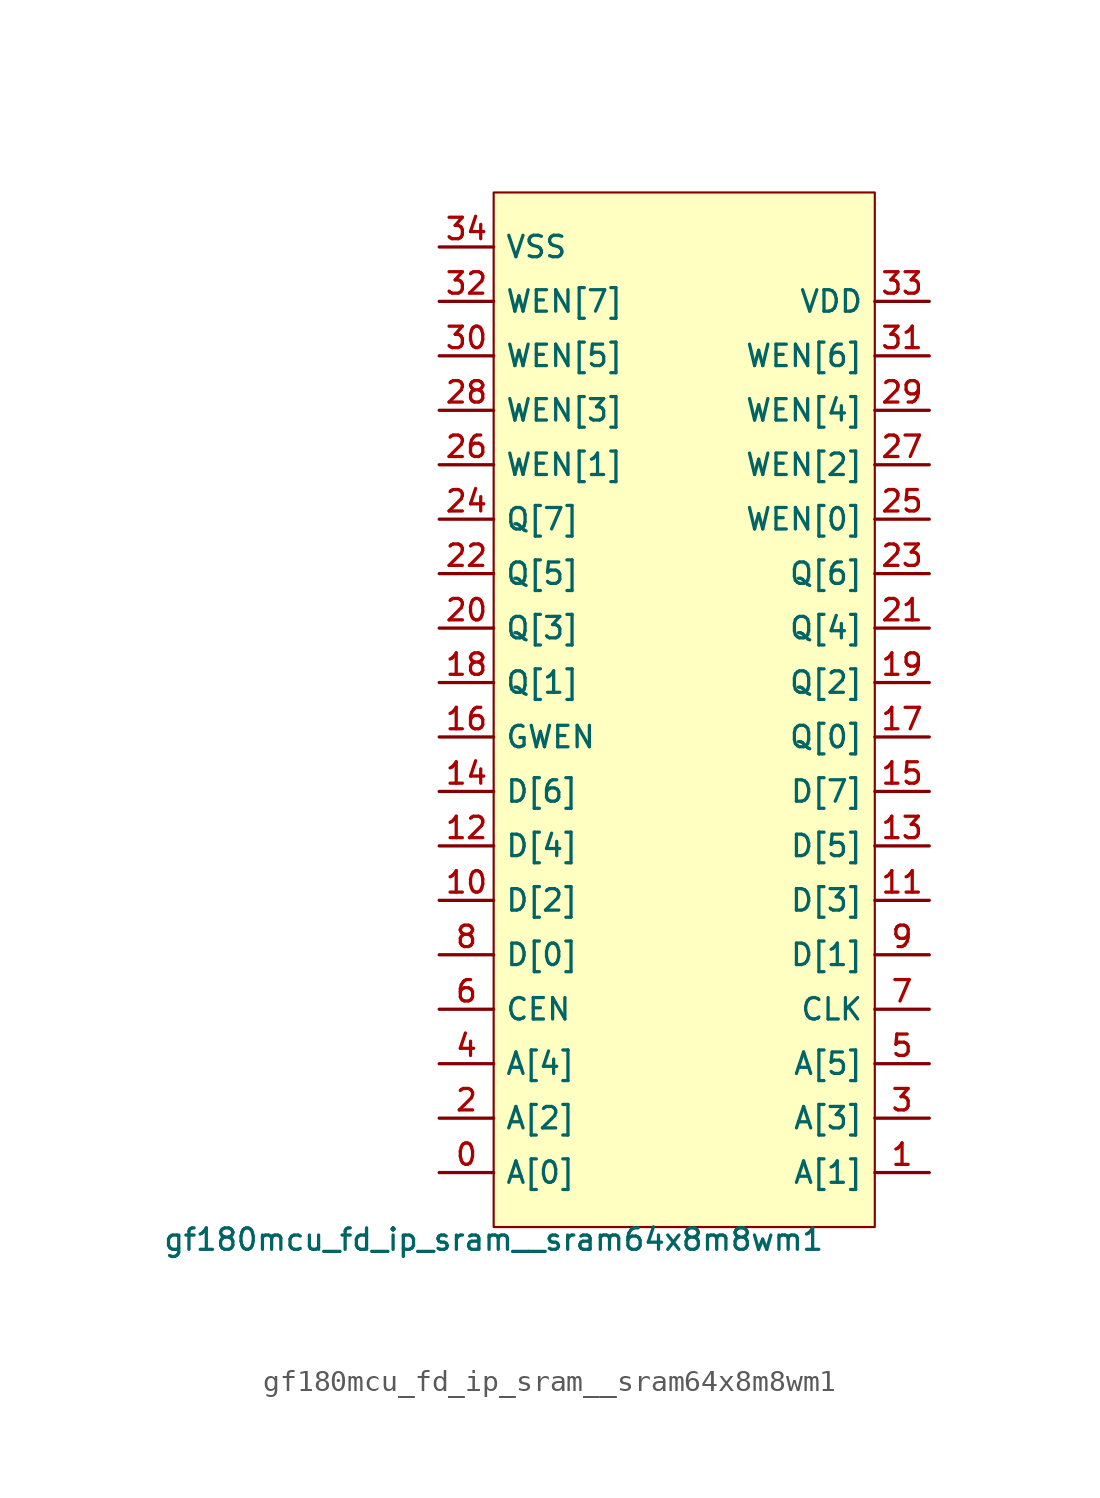
<source format=kicad_sym>
(kicad_symbol_lib
  (version 20211014)
  (generator pdk2kicad)
  (symbol "gf180mcu_fd_ip_sram__sram64x8m8wm1"
    (property "Reference" "X"
      (at 0 0 0)
      (effects (font (size 1 1)) hide))
    (property "Value" "gf180mcu_fd_ip_sram__sram64x8m8wm1"
      (at -8.89 -24.13 0)
      (effects (font (size 1 1)) (justify top)))
    (rectangle
      (start -8.89 -24.13)
      (end 8.89 24.13)
      (stroke (width 0.1) (type solid) (color 0 0 0 0))
      (fill (type background)))
    (pin bidirectional line
      (at -11.43 -21.59 0)
      (length 2.54)
      (name "A[0]" (effects (font (size 1 1)) hide))
      (number "0" (effects (font (size 1 1)) hide)))
    (pin bidirectional line
      (at 11.43 -21.59 180)
      (length 2.54)
      (name "A[1]" (effects (font (size 1 1)) hide))
      (number "1" (effects (font (size 1 1)) hide)))
    (pin bidirectional line
      (at -11.43 -19.05 0)
      (length 2.54)
      (name "A[2]" (effects (font (size 1 1)) hide))
      (number "2" (effects (font (size 1 1)) hide)))
    (pin bidirectional line
      (at 11.43 -19.05 180)
      (length 2.54)
      (name "A[3]" (effects (font (size 1 1)) hide))
      (number "3" (effects (font (size 1 1)) hide)))
    (pin bidirectional line
      (at -11.43 -16.51 0)
      (length 2.54)
      (name "A[4]" (effects (font (size 1 1)) hide))
      (number "4" (effects (font (size 1 1)) hide)))
    (pin bidirectional line
      (at 11.43 -16.51 180)
      (length 2.54)
      (name "A[5]" (effects (font (size 1 1)) hide))
      (number "5" (effects (font (size 1 1)) hide)))
    (pin bidirectional line
      (at -11.43 -13.97 0)
      (length 2.54)
      (name "CEN" (effects (font (size 1 1)) hide))
      (number "6" (effects (font (size 1 1)) hide)))
    (pin bidirectional line
      (at 11.43 -13.97 180)
      (length 2.54)
      (name "CLK" (effects (font (size 1 1)) hide))
      (number "7" (effects (font (size 1 1)) hide)))
    (pin bidirectional line
      (at -11.43 -11.43 0)
      (length 2.54)
      (name "D[0]" (effects (font (size 1 1)) hide))
      (number "8" (effects (font (size 1 1)) hide)))
    (pin bidirectional line
      (at 11.43 -11.43 180)
      (length 2.54)
      (name "D[1]" (effects (font (size 1 1)) hide))
      (number "9" (effects (font (size 1 1)) hide)))
    (pin bidirectional line
      (at -11.43 -8.89 0)
      (length 2.54)
      (name "D[2]" (effects (font (size 1 1)) hide))
      (number "10" (effects (font (size 1 1)) hide)))
    (pin bidirectional line
      (at 11.43 -8.89 180)
      (length 2.54)
      (name "D[3]" (effects (font (size 1 1)) hide))
      (number "11" (effects (font (size 1 1)) hide)))
    (pin bidirectional line
      (at -11.43 -6.35 0)
      (length 2.54)
      (name "D[4]" (effects (font (size 1 1)) hide))
      (number "12" (effects (font (size 1 1)) hide)))
    (pin bidirectional line
      (at 11.43 -6.35 180)
      (length 2.54)
      (name "D[5]" (effects (font (size 1 1)) hide))
      (number "13" (effects (font (size 1 1)) hide)))
    (pin bidirectional line
      (at -11.43 -3.81 0)
      (length 2.54)
      (name "D[6]" (effects (font (size 1 1)) hide))
      (number "14" (effects (font (size 1 1)) hide)))
    (pin bidirectional line
      (at 11.43 -3.81 180)
      (length 2.54)
      (name "D[7]" (effects (font (size 1 1)) hide))
      (number "15" (effects (font (size 1 1)) hide)))
    (pin bidirectional line
      (at -11.43 -1.27 0)
      (length 2.54)
      (name "GWEN" (effects (font (size 1 1)) hide))
      (number "16" (effects (font (size 1 1)) hide)))
    (pin bidirectional line
      (at 11.43 -1.27 180)
      (length 2.54)
      (name "Q[0]" (effects (font (size 1 1)) hide))
      (number "17" (effects (font (size 1 1)) hide)))
    (pin bidirectional line
      (at -11.43 1.27 0)
      (length 2.54)
      (name "Q[1]" (effects (font (size 1 1)) hide))
      (number "18" (effects (font (size 1 1)) hide)))
    (pin bidirectional line
      (at 11.43 1.27 180)
      (length 2.54)
      (name "Q[2]" (effects (font (size 1 1)) hide))
      (number "19" (effects (font (size 1 1)) hide)))
    (pin bidirectional line
      (at -11.43 3.81 0)
      (length 2.54)
      (name "Q[3]" (effects (font (size 1 1)) hide))
      (number "20" (effects (font (size 1 1)) hide)))
    (pin bidirectional line
      (at 11.43 3.81 180)
      (length 2.54)
      (name "Q[4]" (effects (font (size 1 1)) hide))
      (number "21" (effects (font (size 1 1)) hide)))
    (pin bidirectional line
      (at -11.43 6.35 0)
      (length 2.54)
      (name "Q[5]" (effects (font (size 1 1)) hide))
      (number "22" (effects (font (size 1 1)) hide)))
    (pin bidirectional line
      (at 11.43 6.35 180)
      (length 2.54)
      (name "Q[6]" (effects (font (size 1 1)) hide))
      (number "23" (effects (font (size 1 1)) hide)))
    (pin bidirectional line
      (at -11.43 8.89 0)
      (length 2.54)
      (name "Q[7]" (effects (font (size 1 1)) hide))
      (number "24" (effects (font (size 1 1)) hide)))
    (pin bidirectional line
      (at 11.43 8.89 180)
      (length 2.54)
      (name "WEN[0]" (effects (font (size 1 1)) hide))
      (number "25" (effects (font (size 1 1)) hide)))
    (pin bidirectional line
      (at -11.43 11.43 0)
      (length 2.54)
      (name "WEN[1]" (effects (font (size 1 1)) hide))
      (number "26" (effects (font (size 1 1)) hide)))
    (pin bidirectional line
      (at 11.43 11.43 180)
      (length 2.54)
      (name "WEN[2]" (effects (font (size 1 1)) hide))
      (number "27" (effects (font (size 1 1)) hide)))
    (pin bidirectional line
      (at -11.43 13.97 0)
      (length 2.54)
      (name "WEN[3]" (effects (font (size 1 1)) hide))
      (number "28" (effects (font (size 1 1)) hide)))
    (pin bidirectional line
      (at 11.43 13.97 180)
      (length 2.54)
      (name "WEN[4]" (effects (font (size 1 1)) hide))
      (number "29" (effects (font (size 1 1)) hide)))
    (pin bidirectional line
      (at -11.43 16.51 0)
      (length 2.54)
      (name "WEN[5]" (effects (font (size 1 1)) hide))
      (number "30" (effects (font (size 1 1)) hide)))
    (pin bidirectional line
      (at 11.43 16.51 180)
      (length 2.54)
      (name "WEN[6]" (effects (font (size 1 1)) hide))
      (number "31" (effects (font (size 1 1)) hide)))
    (pin bidirectional line
      (at -11.43 19.05 0)
      (length 2.54)
      (name "WEN[7]" (effects (font (size 1 1)) hide))
      (number "32" (effects (font (size 1 1)) hide)))
    (pin bidirectional line
      (at 11.43 19.05 180)
      (length 2.54)
      (name "VDD" (effects (font (size 1 1)) hide))
      (number "33" (effects (font (size 1 1)) hide)))
    (pin bidirectional line
      (at -11.43 21.59 0)
      (length 2.54)
      (name "VSS" (effects (font (size 1 1)) hide))
      (number "34" (effects (font (size 1 1)) hide)))))
</source>
